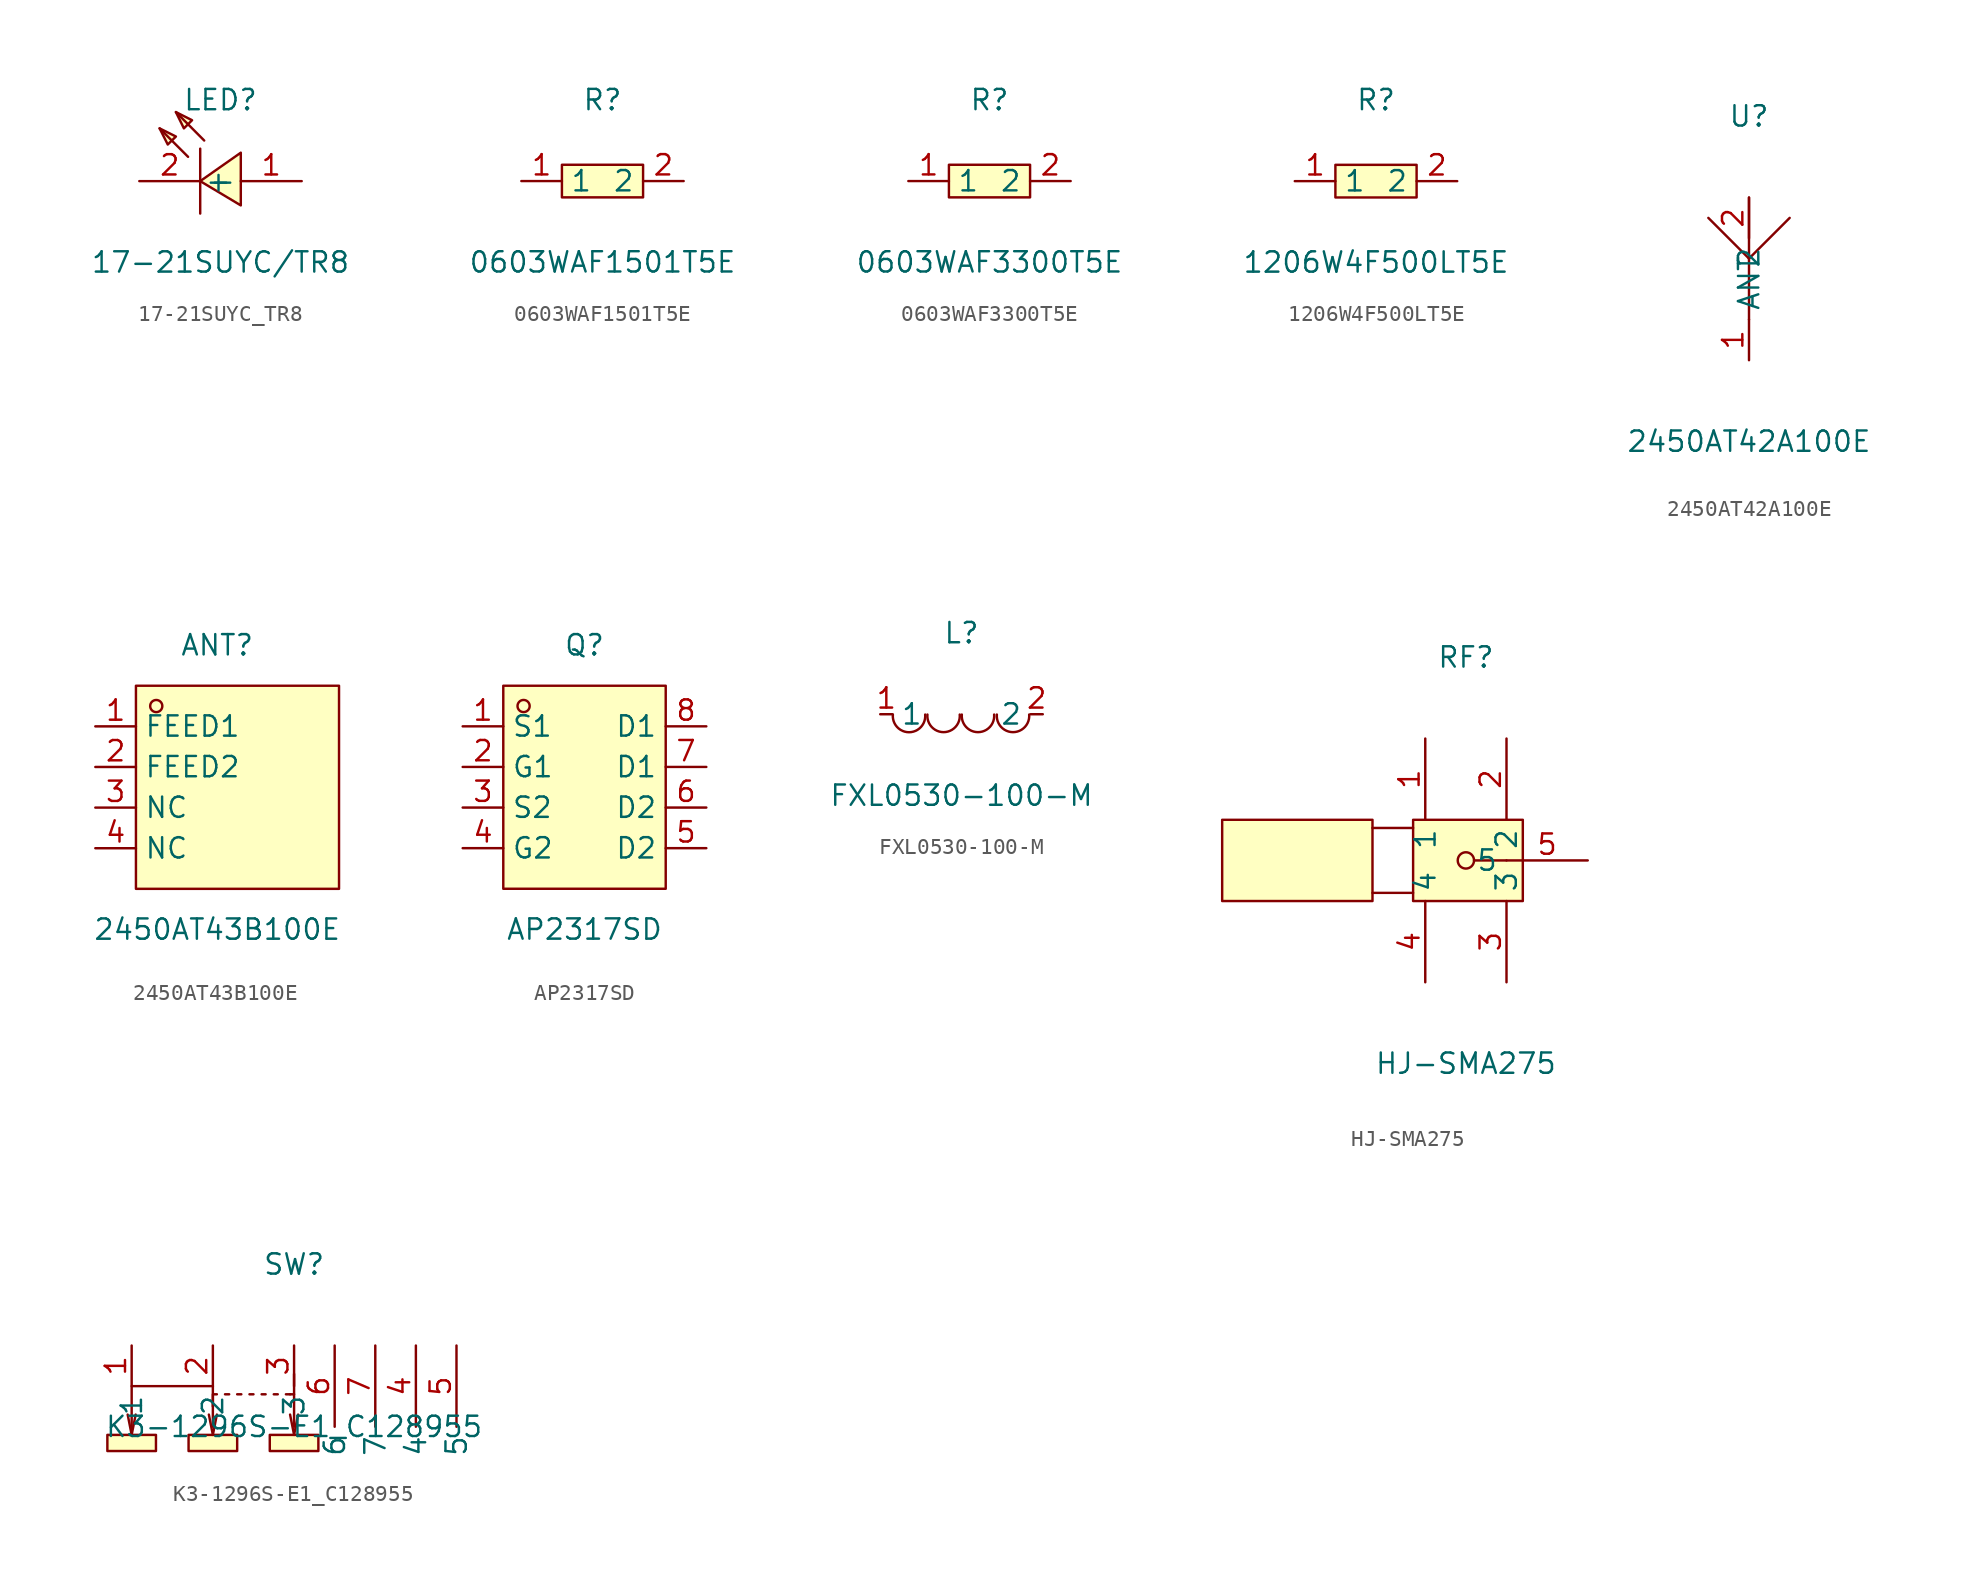
<source format=kicad_sym>
(kicad_symbol_lib
  (version 20241209)
  (generator "kicad_symbol_editor")
  (generator_version "9.0")
  (symbol "17-21SUYC_TR8"
    (property "Reference" "LED"
      (at 0 5.08 0)
      (effects (font (size 1.27 1.27))))
    (property "Value" "17-21SUYC/TR8"
      (at 0 -5.08 0)
      (effects (font (size 1.27 1.27))))
    (symbol "17-21SUYC_TR8_0_1"
      (polyline (pts (xy -3.81 3.3) (xy -2.79 2.79) (xy -3.3 2.29) (xy -3.81 3.3)) (stroke (width 0) (type default)) (fill (type background)))
      (polyline (pts (xy -2.79 4.32) (xy -1.78 3.81) (xy -2.29 3.3) (xy -2.79 4.32)) (stroke (width 0) (type default)) (fill (type background)))
      (polyline (pts (xy -2.03 1.52) (xy -3.81 3.3)) (stroke (width 0) (type default)) (fill (type none)))
      (polyline (pts (xy -1.27 2.03) (xy -1.27 -2.03)) (stroke (width 0) (type default)) (fill (type none)))
      (polyline (pts (xy -1.02 2.54) (xy -2.79 4.32)) (stroke (width 0) (type default)) (fill (type none)))
      (polyline (pts (xy 1.27 -1.52) (xy -1.27 0) (xy 1.27 1.78) (xy 1.27 -1.52)) (stroke (width 0) (type default)) (fill (type background)))
      (pin unspecified line (at -5.08 0 0) (length 3.81) (name "-" (effects (font (size 1.27 1.27)))) (number "2" (effects (font (size 1.27 1.27)))))
      (pin unspecified line (at 5.08 0 180) (length 3.81) (name "+" (effects (font (size 1.27 1.27)))) (number "1" (effects (font (size 1.27 1.27)))))))
  (symbol "0603WAF1501T5E"
    (property "Reference" "R"
      (at 0 5.08 0)
      (effects (font (size 1.27 1.27))))
    (property "Value" "0603WAF1501T5E"
      (at 0 -5.08 0)
      (effects (font (size 1.27 1.27))))
    (symbol "0603WAF1501T5E_0_1"
      (rectangle (start -2.54 1.02) (end 2.54 -1.02) (stroke (width 0) (type default)) (fill (type background)))
      (pin input line (at -5.08 0 0) (length 2.54) (name "1" (effects (font (size 1.27 1.27)))) (number "1" (effects (font (size 1.27 1.27)))))
      (pin input line (at 5.08 0 180) (length 2.54) (name "2" (effects (font (size 1.27 1.27)))) (number "2" (effects (font (size 1.27 1.27)))))))
  (symbol "0603WAF3300T5E"
    (property "Reference" "R"
      (at 0 5.08 0)
      (effects (font (size 1.27 1.27))))
    (property "Value" "0603WAF3300T5E"
      (at 0 -5.08 0)
      (effects (font (size 1.27 1.27))))
    (symbol "0603WAF3300T5E_0_1"
      (rectangle (start -2.54 1.02) (end 2.54 -1.02) (stroke (width 0) (type default)) (fill (type background)))
      (pin input line (at -5.08 0 0) (length 2.54) (name "1" (effects (font (size 1.27 1.27)))) (number "1" (effects (font (size 1.27 1.27)))))
      (pin input line (at 5.08 0 180) (length 2.54) (name "2" (effects (font (size 1.27 1.27)))) (number "2" (effects (font (size 1.27 1.27)))))))
  (symbol "1206W4F500LT5E"
    (property "Reference" "R"
      (at 0 5.08 0)
      (effects (font (size 1.27 1.27))))
    (property "Value" "1206W4F500LT5E"
      (at 0 -5.08 0)
      (effects (font (size 1.27 1.27))))
    (symbol "1206W4F500LT5E_0_1"
      (rectangle (start -2.54 1.02) (end 2.54 -1.02) (stroke (width 0) (type default) (color 0 0 0 0)) (fill (type background)))
      (pin input line (at 5.08 -0.00 180) (length 2.54) (name "2" (effects (font (size 1.27 1.27)))) (number "2" (effects (font (size 1.27 1.27)))))
      (pin input line (at -5.08 -0.00 0) (length 2.54) (name "1" (effects (font (size 1.27 1.27)))) (number "1" (effects (font (size 1.27 1.27)))))))
  (symbol "2450AT42A100E"
    (property "Reference" "U"
      (at 0 10.16 0)
      (effects (font (size 1.27 1.27))))
    (property "Value" "2450AT42A100E"
      (at 0 -10.16 0)
      (effects (font (size 1.27 1.27))))
    (symbol "2450AT42A100E_0_1"
      (polyline (pts (xy 0 1.27) (xy -2.54 3.81)) (stroke (width 0) (type default)) (fill (type none)))
      (polyline (pts (xy 0 1.27) (xy 0 5.08)) (stroke (width 0) (type default)) (fill (type none)))
      (polyline (pts (xy 0 1.27) (xy 0 -2.54)) (stroke (width 0) (type default)) (fill (type none)))
      (polyline (pts (xy 2.54 3.81) (xy 0 1.27)) (stroke (width 0) (type default)) (fill (type none)))
      (pin unspecified line (at 0 5.08 270) (length 2.54) (name "2" (effects (font (size 1.27 1.27)))) (number "2" (effects (font (size 1.27 1.27)))))
      (pin unspecified line (at 0 -5.08 90) (length 2.54) (name "ANT" (effects (font (size 1.27 1.27)))) (number "1" (effects (font (size 1.27 1.27)))))))
  (symbol "2450AT43B100E"
    (property "Reference" "ANT"
      (at 0 8.89 0)
      (effects (font (size 1.27 1.27))))
    (property "Value" "2450AT43B100E"
      (at 0 -8.89 0)
      (effects (font (size 1.27 1.27))))
    (symbol "2450AT43B100E_0_1"
      (rectangle (start -5.08 6.35) (end 7.62 -6.35) (stroke (width 0) (type default)) (fill (type background)))
      (circle (center -3.81 5.08) (radius 0.38) (stroke (width 0) (type default)) (fill (type none)))
      (pin unspecified line (at -7.62 3.81 0) (length 2.54) (name "FEED1" (effects (font (size 1.27 1.27)))) (number "1" (effects (font (size 1.27 1.27)))))
      (pin unspecified line (at -7.62 1.27 0) (length 2.54) (name "FEED2" (effects (font (size 1.27 1.27)))) (number "2" (effects (font (size 1.27 1.27)))))
      (pin unspecified line (at -7.62 -1.27 0) (length 2.54) (name "NC" (effects (font (size 1.27 1.27)))) (number "3" (effects (font (size 1.27 1.27)))))
      (pin unspecified line (at -7.62 -3.81 0) (length 2.54) (name "NC" (effects (font (size 1.27 1.27)))) (number "4" (effects (font (size 1.27 1.27)))))))
  (symbol "AP2317SD"
    (property "Reference" "Q"
      (at 0 8.89 0)
      (effects (font (size 1.27 1.27))))
    (property "Value" "AP2317SD"
      (at 0 -8.89 0)
      (effects (font (size 1.27 1.27))))
    (symbol "AP2317SD_0_1"
      (rectangle (start -5.08 6.35) (end 5.08 -6.35) (stroke (width 0) (type default)) (fill (type background)))
      (circle (center -3.81 5.08) (radius 0.38) (stroke (width 0) (type default)) (fill (type none)))
      (pin unspecified line (at -7.62 3.81 0) (length 2.54) (name "S1" (effects (font (size 1.27 1.27)))) (number "1" (effects (font (size 1.27 1.27)))))
      (pin unspecified line (at -7.62 1.27 0) (length 2.54) (name "G1" (effects (font (size 1.27 1.27)))) (number "2" (effects (font (size 1.27 1.27)))))
      (pin unspecified line (at -7.62 -1.27 0) (length 2.54) (name "S2" (effects (font (size 1.27 1.27)))) (number "3" (effects (font (size 1.27 1.27)))))
      (pin unspecified line (at -7.62 -3.81 0) (length 2.54) (name "G2" (effects (font (size 1.27 1.27)))) (number "4" (effects (font (size 1.27 1.27)))))
      (pin unspecified line (at 7.62 3.81 180) (length 2.54) (name "D1" (effects (font (size 1.27 1.27)))) (number "8" (effects (font (size 1.27 1.27)))))
      (pin unspecified line (at 7.62 1.27 180) (length 2.54) (name "D1" (effects (font (size 1.27 1.27)))) (number "7" (effects (font (size 1.27 1.27)))))
      (pin unspecified line (at 7.62 -1.27 180) (length 2.54) (name "D2" (effects (font (size 1.27 1.27)))) (number "6" (effects (font (size 1.27 1.27)))))
      (pin unspecified line (at 7.62 -3.81 180) (length 2.54) (name "D2" (effects (font (size 1.27 1.27)))) (number "5" (effects (font (size 1.27 1.27)))))))
  (symbol "FXL0530-100-M"
    (property "Reference" "L"
      (at 0 5.08 0)
      (effects (font (size 1.27 1.27))))
    (property "Value" "FXL0530-100-M"
      (at 0 -5.08 0)
      (effects (font (size 1.27 1.27))))
    (symbol "FXL0530-100-M_0_1"
      (arc (start -4.29 -0.02) (mid -2.81 -1.01) (end -2.27 -0.02) (stroke (width 0) (type default) (color 0 0 0 0)) (fill (type none)))
      (arc (start -2.13 -0.02) (mid -0.66 -1.01) (end -0.11 -0.02) (stroke (width 0) (type default) (color 0 0 0 0)) (fill (type none)))
      (arc (start 0.02 -0.02) (mid 1.49 -1.01) (end 2.04 -0.02) (stroke (width 0) (type default) (color 0 0 0 0)) (fill (type none)))
      (arc (start 2.21 -0.02) (mid 3.68 -1.01) (end 4.23 -0.02) (stroke (width 0) (type default) (color 0 0 0 0)) (fill (type none)))
      (pin unspecified line (at 5.08 -0.00 180) (length 0.762) (name "2" (effects (font (size 1.27 1.27)))) (number "2" (effects (font (size 1.27 1.27)))))
      (pin unspecified line (at -5.08 -0.00 0) (length 0.762) (name "1" (effects (font (size 1.27 1.27)))) (number "1" (effects (font (size 1.27 1.27)))))))
  (symbol "HJ-SMA275"
    (property "Reference" "RF"
      (at 0 12.7 0)
      (effects (font (size 1.27 1.27))))
    (property "Value" "HJ-SMA275"
      (at 0 -12.7 0)
      (effects (font (size 1.27 1.27))))
    (symbol "HJ-SMA275_0_1"
      (rectangle (start -15.24 2.54) (end -5.84 -2.54) (stroke (width 0) (type default)) (fill (type background)))
      (polyline (pts (xy -5.84 2.03) (xy -3.3 2.03)) (stroke (width 0) (type default)) (fill (type none)))
      (polyline (pts (xy -5.84 -2.03) (xy -3.3 -2.03)) (stroke (width 0) (type default)) (fill (type none)))
      (rectangle (start -3.3 2.54) (end 3.56 -2.54) (stroke (width 0) (type default)) (fill (type background)))
      (circle (center 0 0) (radius 0.51) (stroke (width 0) (type default)) (fill (type none)))
      (polyline (pts (xy 0.51 0) (xy 2.54 0)) (stroke (width 0) (type default)) (fill (type none)))
      (pin unspecified line (at -2.54 7.62 270) (length 5.08) (name "1" (effects (font (size 1.27 1.27)))) (number "1" (effects (font (size 1.27 1.27)))))
      (pin unspecified line (at -2.54 -7.62 90) (length 5.08) (name "4" (effects (font (size 1.27 1.27)))) (number "4" (effects (font (size 1.27 1.27)))))
      (pin unspecified line (at 2.54 7.62 270) (length 5.08) (name "2" (effects (font (size 1.27 1.27)))) (number "2" (effects (font (size 1.27 1.27)))))
      (pin unspecified line (at 2.54 -7.62 90) (length 5.08) (name "3" (effects (font (size 1.27 1.27)))) (number "3" (effects (font (size 1.27 1.27)))))
      (pin unspecified line (at 7.62 0 180) (length 5.08) (name "5" (effects (font (size 1.27 1.27)))) (number "5" (effects (font (size 1.27 1.27)))))))
  (symbol "K3-1296S-E1_C128955"
    (property "Reference" "SW"
      (at 0 7.62 0)
      (effects (font (size 1.27 1.27))))
    (property "Value" "K3-1296S-E1_C128955"
      (at 0 -2.54 0)
      (effects (font (size 1.27 1.27))))
    (symbol "K3-1296S-E1_C128955_0_1"
      (rectangle (start -11.68 -3.05) (end -8.64 -4.06) (stroke (width 0) (type default)) (fill (type background)))
      (polyline (pts (xy -10.16 -3.05) (xy -10.41 -1.78)) (stroke (width 0) (type default)) (fill (type none)))
      (polyline (pts (xy -10.16 -3.05) (xy -9.91 -1.78)) (stroke (width 0) (type default)) (fill (type none)))
      (polyline (pts (xy -10.16 -3.05) (xy -10.16 0) (xy -7.62 0) (xy -5.08 0)) (stroke (width 0) (type default)) (fill (type none)))
      (rectangle (start -6.6 -3.05) (end -3.56 -4.06) (stroke (width 0) (type default)) (fill (type background)))
      (polyline (pts (xy -5.08 0) (xy -5.08 -1.27)) (stroke (width 0) (type default)) (fill (type none)))
      (polyline (pts (xy -5.08 -2.54) (xy -5.08 -0.51) (xy -4.83 -0.51)) (stroke (width 0) (type default)) (fill (type none)))
      (polyline (pts (xy -5.08 -3.05) (xy -5.33 -1.78)) (stroke (width 0) (type default)) (fill (type none)))
      (polyline (pts (xy -5.08 -3.05) (xy -4.83 -1.78)) (stroke (width 0) (type default)) (fill (type none)))
      (polyline (pts (xy -4.32 -0.51) (xy -4.06 -0.51)) (stroke (width 0) (type default)) (fill (type none)))
      (polyline (pts (xy -3.56 -0.51) (xy -3.3 -0.51)) (stroke (width 0) (type default)) (fill (type none)))
      (polyline (pts (xy -2.79 -0.51) (xy -2.54 -0.51)) (stroke (width 0) (type default)) (fill (type none)))
      (polyline (pts (xy -2.03 -0.51) (xy -1.78 -0.51)) (stroke (width 0) (type default)) (fill (type none)))
      (rectangle (start -1.52 -3.05) (end 1.52 -4.06) (stroke (width 0) (type default)) (fill (type background)))
      (polyline (pts (xy -1.27 -0.51) (xy -1.02 -0.51)) (stroke (width 0) (type default)) (fill (type none)))
      (polyline (pts (xy -0.51 -0.51) (xy -0.25 -0.51)) (stroke (width 0) (type default)) (fill (type none)))
      (polyline (pts (xy -0.25 -0.51) (xy 0 -0.51) (xy 0 -2.54)) (stroke (width 0) (type default)) (fill (type none)))
      (polyline (pts (xy 0 0.76) (xy 0 -0.51)) (stroke (width 0) (type default)) (fill (type none)))
      (polyline (pts (xy 0 -3.05) (xy -0.25 -1.78)) (stroke (width 0) (type default)) (fill (type none)))
      (polyline (pts (xy 0 -3.05) (xy 0.25 -1.78)) (stroke (width 0) (type default)) (fill (type none)))
      (pin unspecified line (at -10.16 2.54 270) (length 2.54) (name "1" (effects (font (size 1.27 1.27)))) (number "1" (effects (font (size 1.27 1.27)))))
      (pin unspecified line (at -5.08 2.54 270) (length 2.54) (name "2" (effects (font (size 1.27 1.27)))) (number "2" (effects (font (size 1.27 1.27)))))
      (pin unspecified line (at 0 2.54 270) (length 2.54) (name "3" (effects (font (size 1.27 1.27)))) (number "3" (effects (font (size 1.27 1.27)))))
      (pin unspecified line (at 2.54 2.54 270) (length 5.08) (name "6" (effects (font (size 1.27 1.27)))) (number "6" (effects (font (size 1.27 1.27)))))
      (pin unspecified line (at 5.08 2.54 270) (length 5.08) (name "7" (effects (font (size 1.27 1.27)))) (number "7" (effects (font (size 1.27 1.27)))))
      (pin unspecified line (at 7.62 2.54 270) (length 5.08) (name "4" (effects (font (size 1.27 1.27)))) (number "4" (effects (font (size 1.27 1.27)))))
      (pin unspecified line (at 10.16 2.54 270) (length 5.08) (name "5" (effects (font (size 1.27 1.27)))) (number "5" (effects (font (size 1.27 1.27))))))))
</source>
